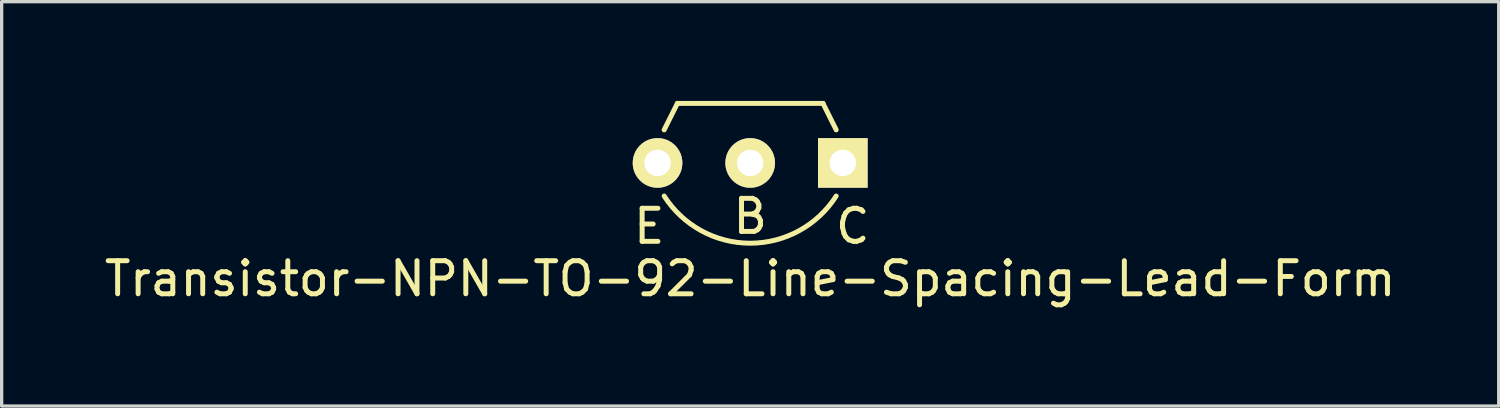
<source format=kicad_pcb>
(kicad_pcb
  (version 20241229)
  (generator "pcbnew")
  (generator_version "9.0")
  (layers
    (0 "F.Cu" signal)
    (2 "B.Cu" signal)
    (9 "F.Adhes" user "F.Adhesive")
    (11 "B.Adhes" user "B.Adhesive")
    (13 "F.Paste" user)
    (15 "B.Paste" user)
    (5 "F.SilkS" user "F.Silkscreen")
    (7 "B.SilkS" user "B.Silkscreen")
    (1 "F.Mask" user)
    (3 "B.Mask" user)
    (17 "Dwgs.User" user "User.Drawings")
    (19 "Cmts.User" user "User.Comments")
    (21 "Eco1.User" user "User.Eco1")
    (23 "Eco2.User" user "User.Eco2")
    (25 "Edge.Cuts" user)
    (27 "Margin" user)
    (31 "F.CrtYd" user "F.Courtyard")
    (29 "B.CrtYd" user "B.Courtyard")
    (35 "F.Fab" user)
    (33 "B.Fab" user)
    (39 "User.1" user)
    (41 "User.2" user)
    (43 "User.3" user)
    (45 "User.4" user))
  (footprint "Transistor-NPN-TO-92-Line-Spacing-Lead-Form"
    (layer "F.Cu")
    (at 19.625 1.875)
    (property "Reference" "Transistor-NPN-TO-92-Line-Spacing-Lead-Form" (at 0 3.5 0) (layer "F.SilkS") (effects (font (size 1 1) (thickness 0.15))))
    (attr through_hole)
    (fp_line (start -2.6 -1) (end -2.2 -1.8) (stroke (width 0.15) (type default)) (layer "F.SilkS"))
    (fp_line (start 2.2 -1.8) (end -2.2 -1.8) (stroke (width 0.15) (type solid)) (layer "F.SilkS"))
    (fp_line (start 2.6 -1) (end 2.2 -1.8) (stroke (width 0.15) (type default)) (layer "F.SilkS"))
    (fp_arc (start 2.6 1) (mid 0 2.426409) (end -2.6 1) (stroke (width 0.15) (type solid)) (layer "F.SilkS"))
    (fp_text user "B" (at 0 2.2 0) (unlocked yes) (layer "F.SilkS") (effects (font (size 1 1) (thickness 0.15)) (justify bottom)))
    (fp_text user "E" (at -2.5 2.5 0) (unlocked yes) (layer "F.SilkS") (effects (font (size 1 1) (thickness 0.15)) (justify right bottom)))
    (fp_text user "C" (at 2.5 2.5 0) (unlocked yes) (layer "F.SilkS") (effects (font (size 1 1) (thickness 0.15)) (justify left bottom)))
    (pad "1" thru_hole rect (at 2.8 0) (size 1.5 1.5) (drill 0.8) (layers "*.Cu" "*.Mask" "F.SilkS"))
    (pad "2" thru_hole circle (at 0 0) (size 1.5 1.5) (drill 0.8) (layers "*.Cu" "*.Mask" "F.SilkS"))
    (pad "3" thru_hole circle (at -2.8 0) (size 1.5 1.5) (drill 0.8) (layers "*.Cu" "*.Mask" "F.SilkS")))
  (gr_rect
    (start -3 -3)
    (end 42.25 9.223)
    (stroke (width 0.1) (type default))
    (fill no)
    (layer "Edge.Cuts")))
</source>
